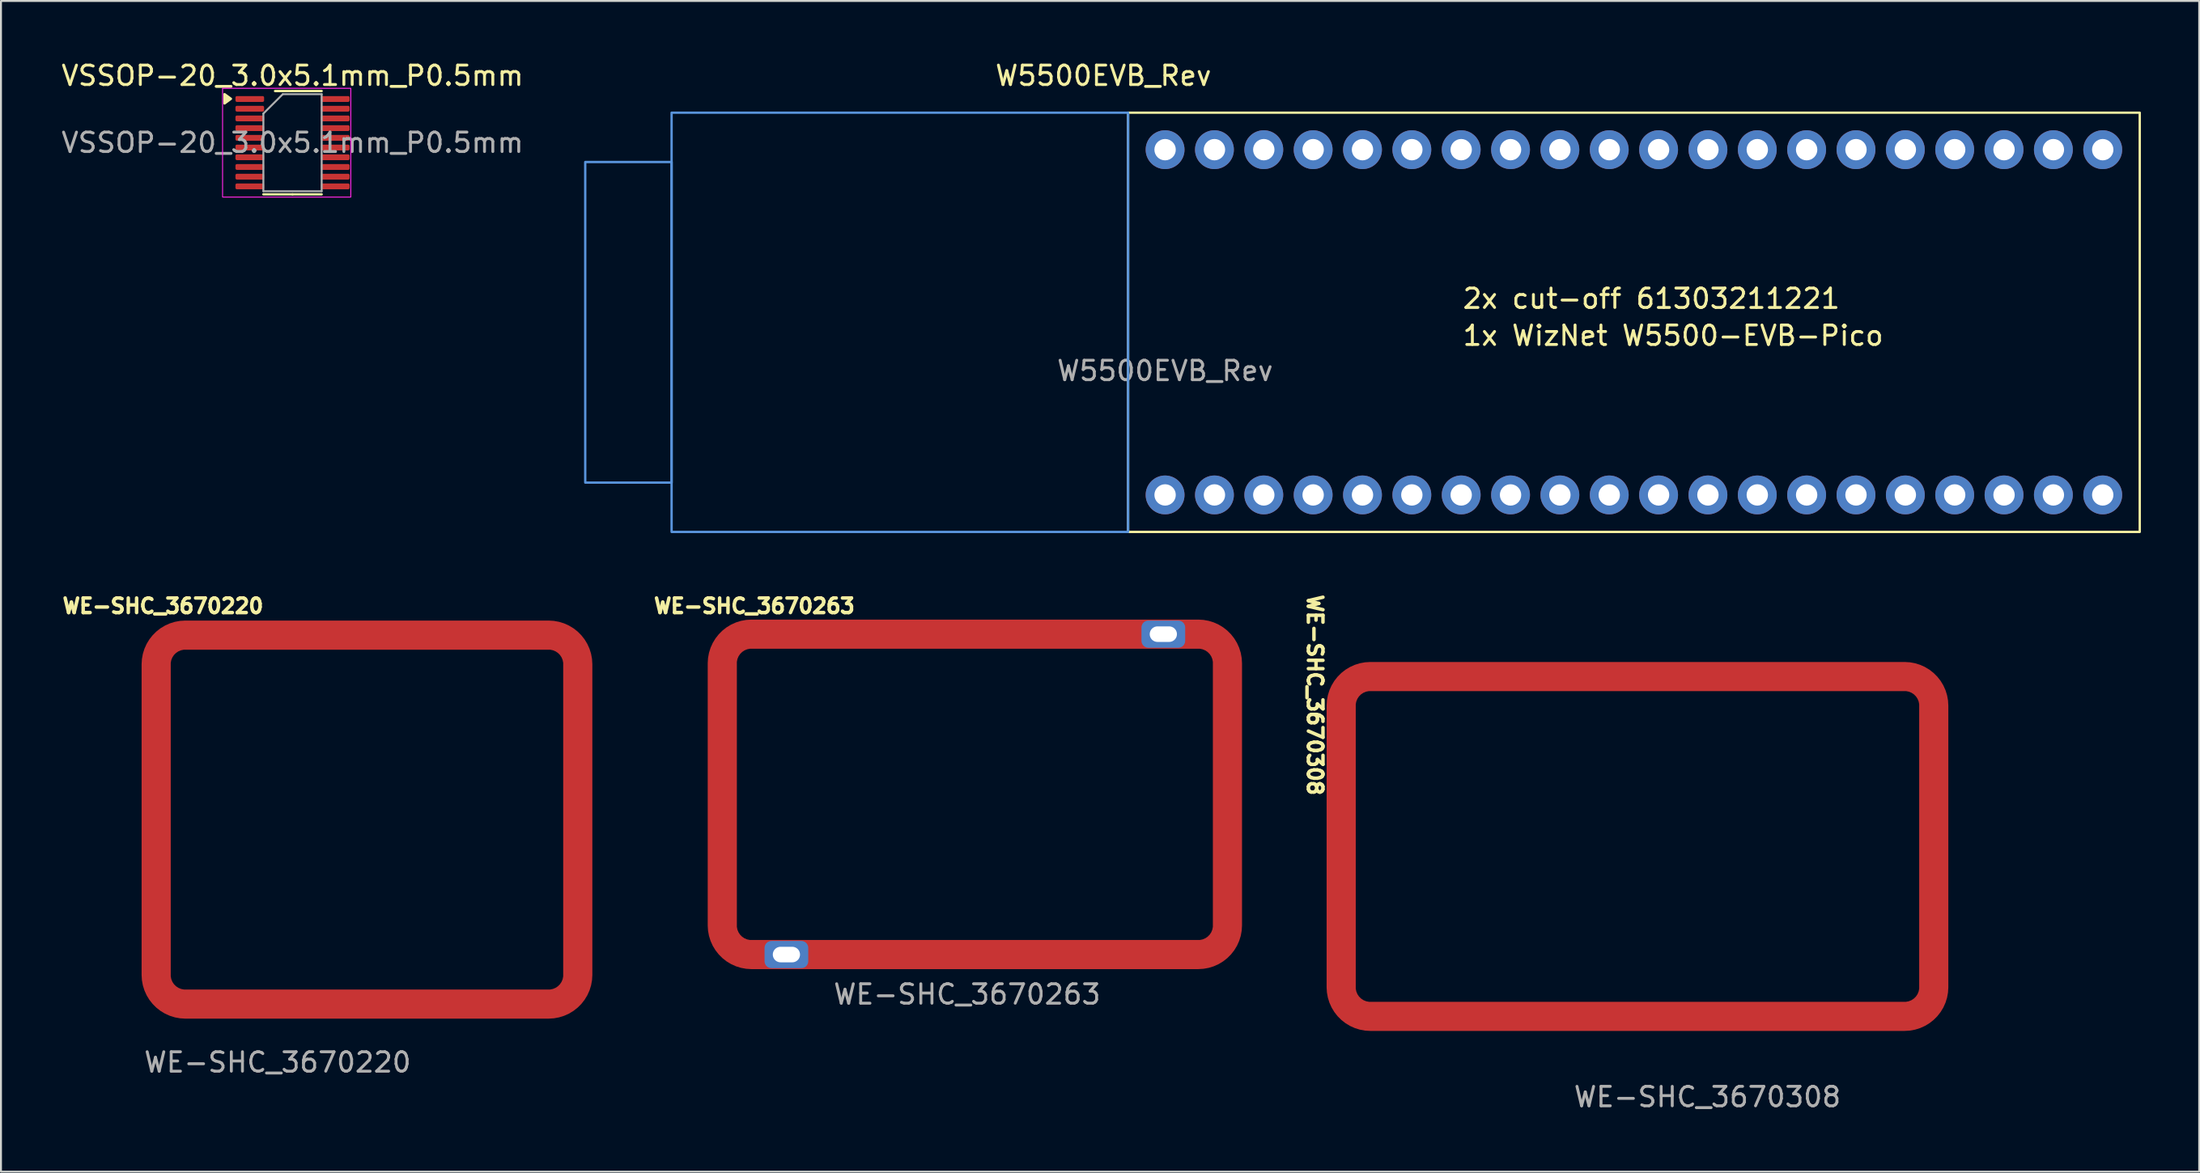
<source format=kicad_pcb>
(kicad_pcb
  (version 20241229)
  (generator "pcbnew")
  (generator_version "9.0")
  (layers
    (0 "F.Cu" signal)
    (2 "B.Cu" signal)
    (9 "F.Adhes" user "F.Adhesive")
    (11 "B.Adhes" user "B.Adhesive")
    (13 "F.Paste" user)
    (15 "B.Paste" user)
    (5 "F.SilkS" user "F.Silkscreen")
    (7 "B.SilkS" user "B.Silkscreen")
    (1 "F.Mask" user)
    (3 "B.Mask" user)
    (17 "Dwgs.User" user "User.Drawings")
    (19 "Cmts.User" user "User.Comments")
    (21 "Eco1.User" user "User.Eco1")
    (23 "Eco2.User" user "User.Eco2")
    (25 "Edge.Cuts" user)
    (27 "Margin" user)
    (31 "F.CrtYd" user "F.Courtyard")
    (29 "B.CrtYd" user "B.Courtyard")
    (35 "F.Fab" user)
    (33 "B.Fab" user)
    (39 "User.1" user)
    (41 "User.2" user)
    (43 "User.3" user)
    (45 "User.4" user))
  (footprint "VSSOP-20_3.0x5.1mm_P0.5mm"
    (layer "F.Cu")
    (at 12.006 4.298)
    (property "Reference" "VSSOP-20_3.0x5.1mm_P0.5mm" (at 0 -3.45 0) (layer "F.SilkS") (effects (font (size 1 1) (thickness 0.15))))
    (attr smd)
    (fp_line (start 0 -2.66) (end -0.9 -2.66) (stroke (width 0.12) (type solid)) (layer "F.SilkS"))
    (fp_line (start 0 -2.66) (end 1.5 -2.66) (stroke (width 0.12) (type solid)) (layer "F.SilkS"))
    (fp_line (start 0 2.66) (end -1.5 2.66) (stroke (width 0.12) (type solid)) (layer "F.SilkS"))
    (fp_line (start 0 2.66) (end 1.5 2.66) (stroke (width 0.12) (type solid)) (layer "F.SilkS"))
    (fp_poly (pts (xy -3.17 -2.26) (xy -3.5 -2.5) (xy -3.5 -2.02) (xy -3.17 -2.26)) (stroke (width 0.12) (type solid)) (fill yes) (layer "F.SilkS"))
    (fp_rect (start -3.6 -2.8) (end 3 2.8) (stroke (width 0.05) (type default)) (fill no) (layer "F.CrtYd"))
    (fp_line (start -1.5 -1.5) (end -0.5 -2.5) (stroke (width 0.1) (type solid)) (layer "F.Fab"))
    (fp_line (start -1.5 2.5) (end -1.5 -1.5) (stroke (width 0.1) (type solid)) (layer "F.Fab"))
    (fp_line (start -0.5 -2.5) (end 1.5 -2.5) (stroke (width 0.1) (type solid)) (layer "F.Fab"))
    (fp_line (start 1.5 -2.5) (end 1.5 2.5) (stroke (width 0.1) (type solid)) (layer "F.Fab"))
    (fp_line (start 1.5 2.5) (end -1.5 2.5) (stroke (width 0.1) (type solid)) (layer "F.Fab"))
    (fp_text user "${REFERENCE}" (at 0 0 0) (layer "F.Fab") (effects (font (size 1 1) (thickness 0.15))))
    (pad "1" smd roundrect (at -2.2 -2.25) (size 1.475 0.3) (layers "F.Cu" "F.Mask" "F.Paste") (roundrect_rratio 0.25))
    (pad "2" smd roundrect (at -2.2 -1.75) (size 1.475 0.3) (layers "F.Cu" "F.Mask" "F.Paste") (roundrect_rratio 0.25))
    (pad "3" smd roundrect (at -2.2 -1.25) (size 1.475 0.3) (layers "F.Cu" "F.Mask" "F.Paste") (roundrect_rratio 0.25))
    (pad "4" smd roundrect (at -2.2 -0.75) (size 1.475 0.3) (layers "F.Cu" "F.Mask" "F.Paste") (roundrect_rratio 0.25))
    (pad "5" smd roundrect (at -2.2 -0.25) (size 1.475 0.3) (layers "F.Cu" "F.Mask" "F.Paste") (roundrect_rratio 0.25))
    (pad "6" smd roundrect (at -2.2 0.25) (size 1.475 0.3) (layers "F.Cu" "F.Mask" "F.Paste") (roundrect_rratio 0.25))
    (pad "7" smd roundrect (at -2.2 0.75) (size 1.475 0.3) (layers "F.Cu" "F.Mask" "F.Paste") (roundrect_rratio 0.25))
    (pad "8" smd roundrect (at -2.2 1.25) (size 1.475 0.3) (layers "F.Cu" "F.Mask" "F.Paste") (roundrect_rratio 0.25))
    (pad "9" smd roundrect (at -2.2 1.75) (size 1.475 0.3) (layers "F.Cu" "F.Mask" "F.Paste") (roundrect_rratio 0.25))
    (pad "10" smd roundrect (at -2.2 2.25) (size 1.475 0.3) (layers "F.Cu" "F.Mask" "F.Paste") (roundrect_rratio 0.25))
    (pad "11" smd roundrect (at 2.2 2.25) (size 1.475 0.3) (layers "F.Cu" "F.Mask" "F.Paste") (roundrect_rratio 0.25))
    (pad "12" smd roundrect (at 2.2 1.75) (size 1.475 0.3) (layers "F.Cu" "F.Mask" "F.Paste") (roundrect_rratio 0.25))
    (pad "13" smd roundrect (at 2.2 1.25) (size 1.475 0.3) (layers "F.Cu" "F.Mask" "F.Paste") (roundrect_rratio 0.25))
    (pad "14" smd roundrect (at 2.2 0.75) (size 1.475 0.3) (layers "F.Cu" "F.Mask" "F.Paste") (roundrect_rratio 0.25))
    (pad "15" smd roundrect (at 2.2 0.25) (size 1.475 0.3) (layers "F.Cu" "F.Mask" "F.Paste") (roundrect_rratio 0.25))
    (pad "16" smd roundrect (at 2.2 -0.25) (size 1.475 0.3) (layers "F.Cu" "F.Mask" "F.Paste") (roundrect_rratio 0.25))
    (pad "17" smd roundrect (at 2.2 -0.75) (size 1.475 0.3) (layers "F.Cu" "F.Mask" "F.Paste") (roundrect_rratio 0.25))
    (pad "18" smd roundrect (at 2.2 -1.25) (size 1.475 0.3) (layers "F.Cu" "F.Mask" "F.Paste") (roundrect_rratio 0.25))
    (pad "19" smd roundrect (at 2.2 -1.75) (size 1.475 0.3) (layers "F.Cu" "F.Mask" "F.Paste") (roundrect_rratio 0.25))
    (pad "20" smd roundrect (at 2.2 -2.25) (size 1.475 0.3) (layers "F.Cu" "F.Mask" "F.Paste") (roundrect_rratio 0.25)))
  (footprint "W5500EVB_Rev"
    (layer "F.Cu")
    (at 56.917 13.548)
    (property "Reference" "W5500EVB_Rev" (at -3.175 -12.7 0) (unlocked yes) (layer "F.SilkS") (effects (font (size 1 1) (thickness 0.15))))
    (attr through_hole)
    (fp_rect (start -1.905 -10.795) (end 50.165 10.795) (stroke (width 0.12) (type default)) (fill no) (layer "F.SilkS"))
    (fp_rect (start -29.845 -8.255) (end -25.4 8.255) (stroke (width 0.12) (type default)) (fill no) (layer "Cmts.User"))
    (fp_rect (start -25.4 -10.795) (end -1.905 10.795) (stroke (width 0.12) (type default)) (fill no) (layer "Cmts.User"))
    (fp_text user "2x cut-off 61303211221" (at 15.24 -0.635 0) (unlocked yes) (layer "F.SilkS") (effects (font (size 1 1) (thickness 0.15)) (justify left bottom)))
    (fp_text user "1x WizNet W5500-EVB-Pico" (at 15.24 1.27 0) (unlocked yes) (layer "F.SilkS") (effects (font (size 1 1) (thickness 0.15)) (justify left bottom)))
    (fp_text user "${REFERENCE}" (at 0 2.5 0) (unlocked yes) (layer "F.Fab") (effects (font (size 1 1) (thickness 0.15))))
    (pad "1" thru_hole circle (at 48.26 8.89) (size 2 2) (drill 1.1) (layers "*.Cu" "*.Mask"))
    (pad "2" thru_hole circle (at 45.72 8.89) (size 2 2) (drill 1.1) (layers "*.Cu" "*.Mask"))
    (pad "3" thru_hole circle (at 43.18 8.89) (size 2 2) (drill 1.1) (layers "*.Cu" "*.Mask"))
    (pad "4" thru_hole circle (at 40.64 8.89) (size 2 2) (drill 1.1) (layers "*.Cu" "*.Mask"))
    (pad "5" thru_hole circle (at 38.1 8.89) (size 2 2) (drill 1.1) (layers "*.Cu" "*.Mask"))
    (pad "6" thru_hole circle (at 35.56 8.89) (size 2 2) (drill 1.1) (layers "*.Cu" "*.Mask"))
    (pad "7" thru_hole circle (at 33.02 8.89) (size 2 2) (drill 1.1) (layers "*.Cu" "*.Mask"))
    (pad "8" thru_hole circle (at 30.48 8.89) (size 2 2) (drill 1.1) (layers "*.Cu" "*.Mask"))
    (pad "9" thru_hole circle (at 27.94 8.89) (size 2 2) (drill 1.1) (layers "*.Cu" "*.Mask"))
    (pad "10" thru_hole circle (at 25.4 8.89) (size 2 2) (drill 1.1) (layers "*.Cu" "*.Mask"))
    (pad "11" thru_hole circle (at 22.86 8.89) (size 2 2) (drill 1.1) (layers "*.Cu" "*.Mask"))
    (pad "12" thru_hole circle (at 20.32 8.89) (size 2 2) (drill 1.1) (layers "*.Cu" "*.Mask"))
    (pad "13" thru_hole circle (at 17.78 8.89) (size 2 2) (drill 1.1) (layers "*.Cu" "*.Mask"))
    (pad "14" thru_hole circle (at 15.24 8.89) (size 2 2) (drill 1.1) (layers "*.Cu" "*.Mask"))
    (pad "15" thru_hole circle (at 12.7 8.89) (size 2 2) (drill 1.1) (layers "*.Cu" "*.Mask"))
    (pad "16" thru_hole circle (at 10.16 8.89) (size 2 2) (drill 1.1) (layers "*.Cu" "*.Mask"))
    (pad "17" thru_hole circle (at 7.62 8.89) (size 2 2) (drill 1.1) (layers "*.Cu" "*.Mask"))
    (pad "18" thru_hole circle (at 5.08 8.89) (size 2 2) (drill 1.1) (layers "*.Cu" "*.Mask"))
    (pad "19" thru_hole circle (at 2.54 8.89) (size 2 2) (drill 1.1) (layers "*.Cu" "*.Mask"))
    (pad "20" thru_hole circle (at 0 8.89) (size 2 2) (drill 1.1) (layers "*.Cu" "*.Mask"))
    (pad "21" thru_hole circle (at 0 -8.89) (size 2 2) (drill 1.1) (layers "*.Cu" "*.Mask"))
    (pad "22" thru_hole circle (at 2.54 -8.89) (size 2 2) (drill 1.1) (layers "*.Cu" "*.Mask"))
    (pad "23" thru_hole circle (at 5.08 -8.89) (size 2 2) (drill 1.1) (layers "*.Cu" "*.Mask"))
    (pad "24" thru_hole circle (at 7.62 -8.89) (size 2 2) (drill 1.1) (layers "*.Cu" "*.Mask"))
    (pad "25" thru_hole circle (at 10.16 -8.89) (size 2 2) (drill 1.1) (layers "*.Cu" "*.Mask"))
    (pad "26" thru_hole circle (at 12.7 -8.89) (size 2 2) (drill 1.1) (layers "*.Cu" "*.Mask"))
    (pad "27" thru_hole circle (at 15.24 -8.89) (size 2 2) (drill 1.1) (layers "*.Cu" "*.Mask"))
    (pad "28" thru_hole circle (at 17.78 -8.89) (size 2 2) (drill 1.1) (layers "*.Cu" "*.Mask"))
    (pad "29" thru_hole circle (at 20.32 -8.89) (size 2 2) (drill 1.1) (layers "*.Cu" "*.Mask"))
    (pad "30" thru_hole circle (at 22.86 -8.89) (size 2 2) (drill 1.1) (layers "*.Cu" "*.Mask"))
    (pad "31" thru_hole circle (at 25.4 -8.89) (size 2 2) (drill 1.1) (layers "*.Cu" "*.Mask"))
    (pad "32" thru_hole circle (at 27.94 -8.89) (size 2 2) (drill 1.1) (layers "*.Cu" "*.Mask"))
    (pad "33" thru_hole circle (at 30.48 -8.89) (size 2 2) (drill 1.1) (layers "*.Cu" "*.Mask"))
    (pad "34" thru_hole circle (at 33.02 -8.89) (size 2 2) (drill 1.1) (layers "*.Cu" "*.Mask"))
    (pad "35" thru_hole circle (at 35.56 -8.89) (size 2 2) (drill 1.1) (layers "*.Cu" "*.Mask"))
    (pad "36" thru_hole circle (at 38.1 -8.89) (size 2 2) (drill 1.1) (layers "*.Cu" "*.Mask"))
    (pad "37" thru_hole circle (at 40.64 -8.89) (size 2 2) (drill 1.1) (layers "*.Cu" "*.Mask"))
    (pad "38" thru_hole circle (at 43.18 -8.89) (size 2 2) (drill 1.1) (layers "*.Cu" "*.Mask"))
    (pad "39" thru_hole circle (at 45.72 -8.89) (size 2 2) (drill 1.1) (layers "*.Cu" "*.Mask"))
    (pad "40" thru_hole circle (at 48.26 -8.89) (size 2 2) (drill 1.1) (layers "*.Cu" "*.Mask")))
  (footprint "WE-SHC_3670220"
    (layer "F.Cu")
    (at 15.838 39.158)
    (property "Reference" "WE-SHC_3670220" (at -10.5 -11 0) (unlocked yes) (layer "F.SilkS") (effects (font (size 0.75 0.75) (thickness 0.18))))
    (attr smd)
    (fp_line (start -10.9 -7.9) (end -10.9 -2.5) (stroke (width 0.5) (type default)) (layer "F.Paste"))
    (fp_line (start -10.9 -1.125) (end -10.9 1.125) (stroke (width 0.5) (type default)) (layer "F.Paste"))
    (fp_line (start -10.9 7.9) (end -10.9 2.5) (stroke (width 0.5) (type default)) (layer "F.Paste"))
    (fp_line (start -9.3 -9.5) (end -2.5 -9.5) (stroke (width 0.5) (type default)) (layer "F.Paste"))
    (fp_line (start -9.3 9.5) (end -2.5 9.5) (stroke (width 0.5) (type default)) (layer "F.Paste"))
    (fp_line (start -1.125 -9.5) (end 1.125 -9.5) (stroke (width 0.5) (type default)) (layer "F.Paste"))
    (fp_line (start -1.125 9.5) (end 1.125 9.5) (stroke (width 0.5) (type default)) (layer "F.Paste"))
    (fp_line (start 9.3 -9.5) (end 2.5 -9.5) (stroke (width 0.5) (type default)) (layer "F.Paste"))
    (fp_line (start 9.3 9.5) (end 2.5 9.5) (stroke (width 0.5) (type default)) (layer "F.Paste"))
    (fp_line (start 10.9 -7.9) (end 10.9 -2.5) (stroke (width 0.5) (type default)) (layer "F.Paste"))
    (fp_line (start 10.9 -1.125) (end 10.9 1.125) (stroke (width 0.5) (type default)) (layer "F.Paste"))
    (fp_line (start 10.9 7.9) (end 10.9 2.5) (stroke (width 0.5) (type default)) (layer "F.Paste"))
    (fp_arc (start -10.9 -7.9) (mid -10.431371 -9.031371) (end -9.3 -9.5) (stroke (width 0.5) (type default)) (layer "F.Paste"))
    (fp_arc (start -9.3 9.5) (mid -10.431371 9.031371) (end -10.9 7.9) (stroke (width 0.5) (type default)) (layer "F.Paste"))
    (fp_arc (start 9.3 -9.5) (mid 10.431371 -9.031371) (end 10.9 -7.9) (stroke (width 0.5) (type default)) (layer "F.Paste"))
    (fp_arc (start 10.9 7.9) (mid 10.431371 9.031371) (end 9.3 9.5) (stroke (width 0.5) (type default)) (layer "F.Paste"))
    (fp_text user "${REFERENCE}" (at -4.6 12.5 0) (unlocked yes) (layer "F.Fab") (effects (font (size 1 1) (thickness 0.15))))
    (pad "1" smd custom (at -6.85 9.5) (size 1 1) (layers "F.Cu" "F.Mask") (options (anchor circle)) (primitives (gr_poly (pts (xy -0.5 -0.25) (xy -0.481 -0.346) (xy -0.427 -0.427) (xy -0.346 -0.481) (xy -0.25 -0.5) (xy 0.25 -0.5) (xy 0.346 -0.481) (xy 0.427 -0.427) (xy 0.481 -0.346) (xy 0.5 -0.25) (xy 0.5 0.25) (xy 0.481 0.346) (xy 0.427 0.427) (xy 0.346 0.481) (xy 0.25 0.5) (xy -0.25 0.5) (xy -0.346 0.481) (xy -0.427 0.427) (xy -0.481 0.346) (xy -0.5 0.25)) (width 0) (fill yes)) (gr_line (start 16.2 0) (end -2.5 0) (width 1.5)) (gr_arc (start 17.7 -1.5) (mid 17.26066 -0.43934) (end 16.2 0) (width 1.5)) (gr_line (start 17.7 -17.5) (end 17.7 -1.5) (width 1.5)) (gr_arc (start -2.5 0) (mid -3.56066 -0.43934) (end -4 -1.5) (width 1.5)) (gr_line (start -4 -1.5) (end -4 -17.5) (width 1.5)) (gr_arc (start 16.2 -19) (mid 17.26066 -18.56066) (end 17.7 -17.5) (width 1.5)) (gr_line (start -2.5 -19) (end 16.2 -19) (width 1.5)) (gr_arc (start -4 -17.5) (mid -3.56066 -18.56066) (end -2.5 -19) (width 1.5)))))
  (footprint "WE-SHC_3670308"
    (layer "F.Cu")
    (at 81.23 40.541)
    (property "Reference" "WE-SHC_3670308" (at -16.6 -7.8 270) (unlocked yes) (layer "F.SilkS") (effects (font (size 0.75 0.75) (thickness 0.18))))
    (attr smd)
    (fp_line (start -15.2 -7.1) (end -15.2 -2.631) (stroke (width 0.5) (type default)) (layer "F.Paste"))
    (fp_line (start -15.2 -0.994) (end -15.2 1.256) (stroke (width 0.5) (type default)) (layer "F.Paste"))
    (fp_line (start -15.2 7.2) (end -15.2 2.731) (stroke (width 0.5) (type default)) (layer "F.Paste"))
    (fp_line (start -13.6 -8.7) (end -3.2 -8.7) (stroke (width 0.5) (type default)) (layer "F.Paste"))
    (fp_line (start -13.6 8.8) (end -3.2 8.8) (stroke (width 0.5) (type default)) (layer "F.Paste"))
    (fp_line (start -1.125 -8.7) (end 1.125 -8.7) (stroke (width 0.5) (type default)) (layer "F.Paste"))
    (fp_line (start -1.025 8.8) (end 1.225 8.8) (stroke (width 0.5) (type default)) (layer "F.Paste"))
    (fp_line (start 13.7 -8.7) (end 3.3 -8.7) (stroke (width 0.5) (type default)) (layer "F.Paste"))
    (fp_line (start 13.7 8.8) (end 3.3 8.8) (stroke (width 0.5) (type default)) (layer "F.Paste"))
    (fp_line (start 15.3 -7.1) (end 15.3 -2.631) (stroke (width 0.5) (type default)) (layer "F.Paste"))
    (fp_line (start 15.3 -1.125) (end 15.3 1.125) (stroke (width 0.5) (type default)) (layer "F.Paste"))
    (fp_line (start 15.3 7.2) (end 15.3 2.731) (stroke (width 0.5) (type default)) (layer "F.Paste"))
    (fp_arc (start -15.2 -7.1) (mid -14.731371 -8.231371) (end -13.6 -8.7) (stroke (width 0.5) (type default)) (layer "F.Paste"))
    (fp_arc (start -13.6 8.8) (mid -14.731371 8.331371) (end -15.2 7.2) (stroke (width 0.5) (type default)) (layer "F.Paste"))
    (fp_arc (start 13.7 -8.7) (mid 14.831371 -8.231371) (end 15.3 -7.1) (stroke (width 0.5) (type default)) (layer "F.Paste"))
    (fp_arc (start 15.3 7.2) (mid 14.831371 8.331371) (end 13.7 8.8) (stroke (width 0.5) (type default)) (layer "F.Paste"))
    (fp_text user "${REFERENCE}" (at 3.6 12.9 0) (unlocked yes) (layer "F.Fab") (effects (font (size 1 1) (thickness 0.15))))
    (pad "1" smd custom (at -12.8 8.75) (size 1.4 1.4) (layers "F.Cu" "F.Mask") (options (anchor circle)) (primitives (gr_poly (pts (xy -1.125 -0.35) (xy -1.11 -0.45) (xy -1.06 -0.553) (xy -0.978 -0.635) (xy -0.875 -0.685) (xy -0.775 -0.7) (xy 0.775 -0.7) (xy 0.875 -0.685) (xy 0.978 -0.635) (xy 1.06 -0.553) (xy 1.11 -0.45) (xy 1.125 -0.35) (xy 1.125 0.35) (xy 1.11 0.45) (xy 1.06 0.553) (xy 0.978 0.635) (xy 0.875 0.685) (xy 0.775 0.7) (xy -0.775 0.7) (xy -0.875 0.685) (xy -0.978 0.635) (xy -1.06 0.553) (xy -1.11 0.45) (xy -1.125 0.35)) (width 0) (fill yes)) (gr_line (start 26.55 0) (end -0.95 0) (width 1.5)) (gr_arc (start -0.95 0) (mid -2.01066 -0.43934) (end -2.45 -1.5) (width 1.5)) (gr_line (start -2.45 -1.5) (end -2.45 -16) (width 1.5)) (gr_arc (start 28.05 -1.5) (mid 27.61066 -0.43934) (end 26.55 0) (width 1.5)) (gr_line (start 28.05 -16) (end 28.05 -1.5) (width 1.5)) (gr_arc (start -2.45 -16) (mid -2.01066 -17.06066) (end -0.95 -17.5) (width 1.5)) (gr_line (start -0.95 -17.5) (end 26.55 -17.5) (width 1.5)) (gr_arc (start 26.55 -17.5) (mid 27.61066 -17.06066) (end 28.05 -16) (width 1.5)))))
  (footprint "WE-SHC_3670263"
    (layer "F.Cu")
    (at 47.126 37.858)
    (property "Reference" "WE-SHC_3670263" (at -11.35 -9.7 0) (unlocked yes) (layer "F.SilkS") (effects (font (size 0.75 0.75) (thickness 0.18))))
    (attr through_hole)
    (fp_line (start -13 -6.717) (end -13 -2.883) (stroke (width 0.5) (type default)) (layer "F.Paste"))
    (fp_line (start -13 -1.125) (end -13 1.125) (stroke (width 0.5) (type default)) (layer "F.Paste"))
    (fp_line (start -13 6.7) (end -13 2.866) (stroke (width 0.5) (type default)) (layer "F.Paste"))
    (fp_line (start -11.4 -8.317) (end -2.4 -8.317) (stroke (width 0.5) (type default)) (layer "F.Paste"))
    (fp_line (start -8.2 8.3) (end -2.4 8.3) (stroke (width 0.5) (type default)) (layer "F.Paste"))
    (fp_line (start -1.125 -8.3) (end 1.125 -8.3) (stroke (width 0.5) (type default)) (layer "F.Paste"))
    (fp_line (start -1.125 8.3) (end 1.125 8.3) (stroke (width 0.5) (type default)) (layer "F.Paste"))
    (fp_line (start 8.2 -8.3) (end 2.4 -8.3) (stroke (width 0.5) (type default)) (layer "F.Paste"))
    (fp_line (start 11.4 8.3) (end 2.4 8.3) (stroke (width 0.5) (type default)) (layer "F.Paste"))
    (fp_line (start 13 -6.7) (end 13 -2.866) (stroke (width 0.5) (type default)) (layer "F.Paste"))
    (fp_line (start 13 -1.225) (end 13 1.025) (stroke (width 0.5) (type default)) (layer "F.Paste"))
    (fp_line (start 13 6.7) (end 13 2.866) (stroke (width 0.5) (type default)) (layer "F.Paste"))
    (fp_arc (start -13 -6.717157) (mid -12.531371 -7.848528) (end -11.4 -8.317157) (stroke (width 0.5) (type default)) (layer "F.Paste"))
    (fp_arc (start -11.4 8.3) (mid -12.531371 7.831371) (end -13 6.7) (stroke (width 0.5) (type default)) (layer "F.Paste"))
    (fp_arc (start 11.4 -8.3) (mid 12.531371 -7.831371) (end 13 -6.7) (stroke (width 0.5) (type default)) (layer "F.Paste"))
    (fp_arc (start 13 6.7) (mid 12.531371 7.831371) (end 11.4 8.3) (stroke (width 0.5) (type default)) (layer "F.Paste"))
    (fp_text user "${REFERENCE}" (at -0.4 10.3 0) (unlocked yes) (layer "F.Fab") (effects (font (size 1 1) (thickness 0.15))))
    (pad "1" thru_hole roundrect (at -9.7 8.25) (size 2.25 1.4) (drill oval 1.4 0.8) (layers "*.Cu" "F.Mask") (roundrect_rratio 0.25))
    (pad "1" thru_hole roundrect (at 9.7 -8.25) (size 2.25 1.4) (drill oval 1.4 0.8) (layers "*.Cu" "F.Mask") (roundrect_rratio 0.25))
    (pad "1" smd custom (at 9.8 -8.25) (size 1.4 1.4) (layers "F.Cu" "F.Mask") (options (anchor circle)) (primitives (gr_poly (pts (xy -1.125 -0.35) (xy -1.11 -0.45) (xy -1.06 -0.553) (xy -0.978 -0.635) (xy -0.875 -0.685) (xy -0.775 -0.7) (xy 0.775 -0.7) (xy 0.875 -0.685) (xy 0.978 -0.635) (xy 1.06 -0.553) (xy 1.11 -0.45) (xy 1.125 -0.35) (xy 1.125 0.35) (xy 1.11 0.45) (xy 1.06 0.553) (xy 0.978 0.635) (xy 0.875 0.685) (xy 0.775 0.7) (xy -0.775 0.7) (xy -0.875 0.685) (xy -0.978 0.635) (xy -1.06 0.553) (xy -1.11 0.45) (xy -1.125 0.35)) (width 0) (fill yes)) (gr_line (start -21.3 0) (end 1.7 0) (width 1.5)) (gr_arc (start 1.7 0) (mid 2.76066 0.43934) (end 3.2 1.5) (width 1.5)) (gr_line (start 3.2 1.5) (end 3.2 15) (width 1.5)) (gr_arc (start 3.2 15) (mid 2.76066 16.06066) (end 1.7 16.5) (width 1.5)) (gr_line (start 1.7 16.5) (end -21.3 16.5) (width 1.5)) (gr_arc (start -22.8 1.5) (mid -22.36066 0.43934) (end -21.3 0) (width 1.5)) (gr_line (start -22.8 15) (end -22.8 1.5) (width 1.5)) (gr_arc (start -21.3 16.5) (mid -22.36066 16.06066) (end -22.8 15) (width 1.5)))))
  (gr_rect
    (start -3 -3)
    (end 110.142 57.289)
    (stroke (width 0.1) (type default))
    (fill no)
    (layer "Edge.Cuts")))
</source>
